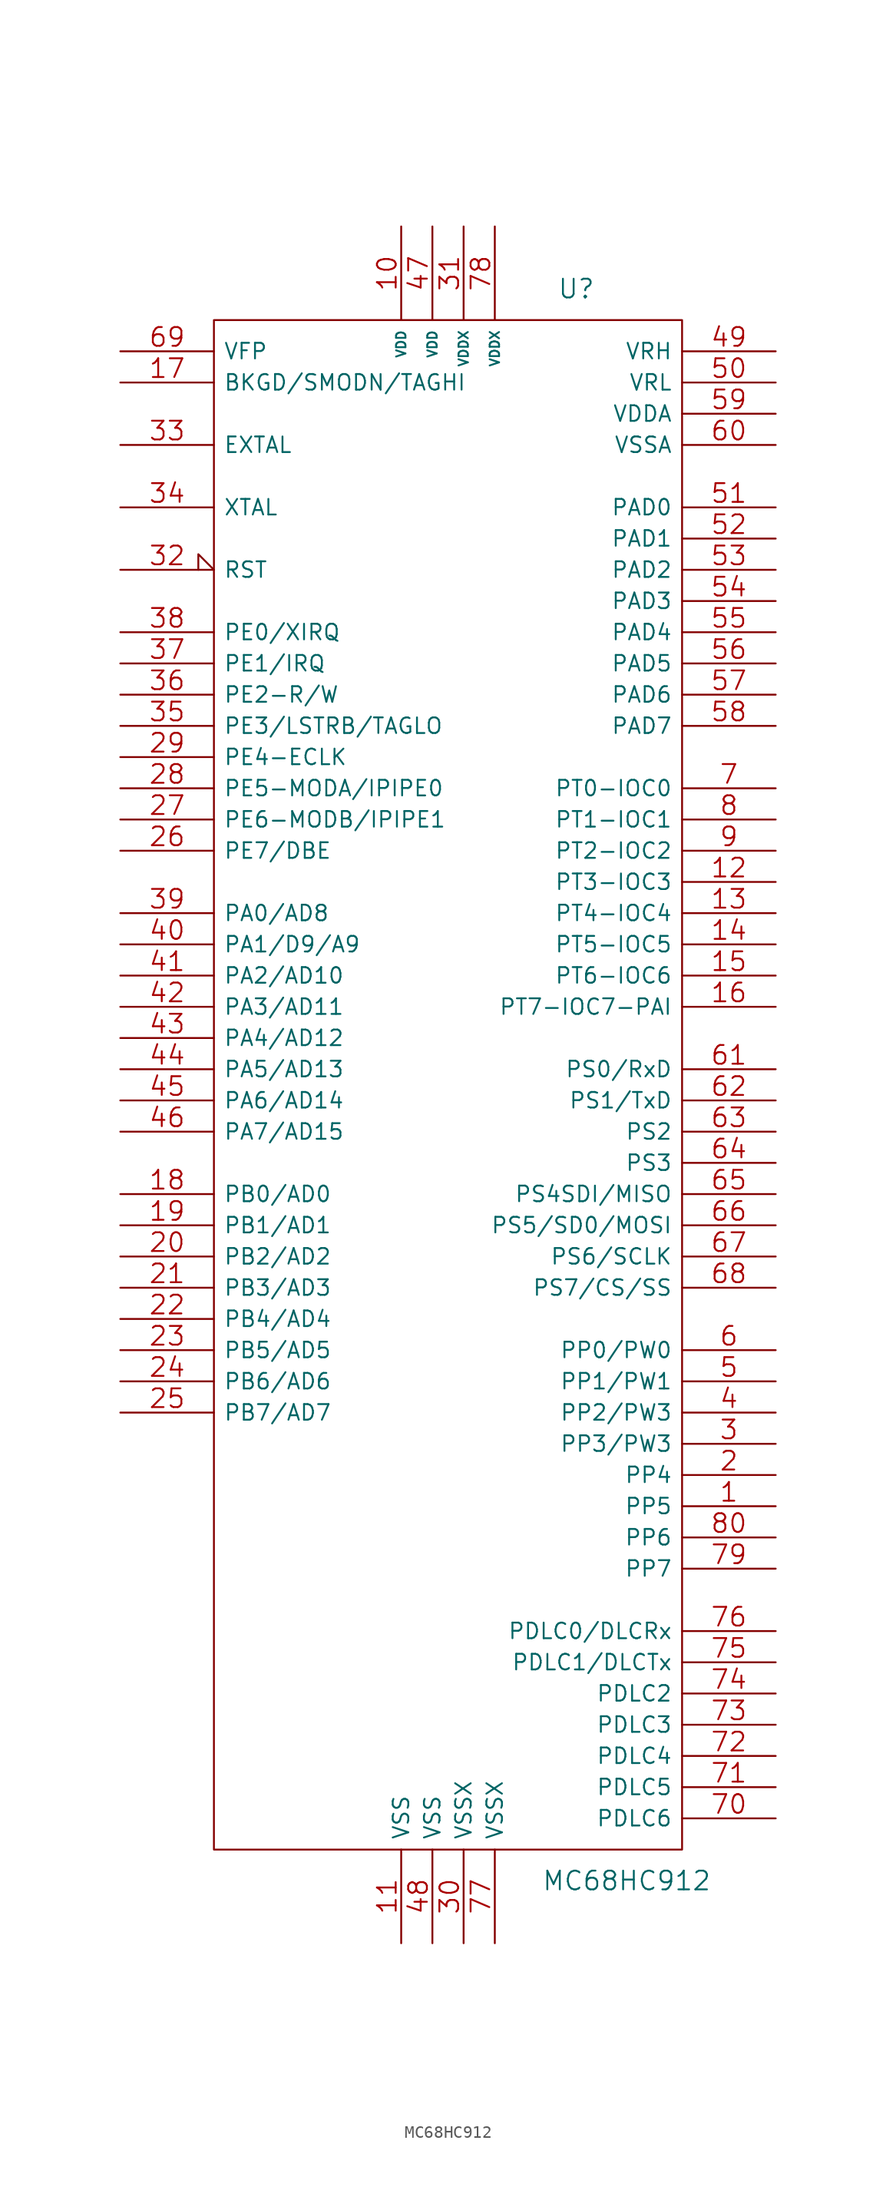
<source format=kicad_sym>
(kicad_symbol_lib
  (version 20211014)
  (generator kicad_symbol_editor)
  (symbol "MC68HC912"
    (pin_names
      (offset 0.762))
    (property "Reference" "U"
      (at 8.89 64.77 0)
      (effects (font (size 1.524 1.524)) (justify left)))
    (property "Value" "MC68HC912"
      (at 7.62 -64.77 0)
      (effects (font (size 1.524 1.524)) (justify left)))
    (property "Footprint" ""
      (at 0 0 0)
      (effects (font (size 1.524 1.524))))
    (property "Datasheet" ""
      (at 0 0 0)
      (effects (font (size 1.524 1.524))))
    (symbol "MC68HC912_0_1"
      (rectangle (start -19.05 -62.23) (end 19.05 62.23) (stroke (width 0) (type default) (color 0 0 0 0)) (fill (type none))))
    (symbol "MC68HC912_1_1"
      (pin bidirectional line (at 26.67 -34.29 180) (length 7.62) (name "PP5" (effects (font (size 1.27 1.27)))) (number "1" (effects (font (size 1.524 1.524)))))
      (pin power_in line (at -3.81 69.85 270) (length 7.62) (name "VDD" (effects (font (size 0.762 0.762)))) (number "10" (effects (font (size 1.524 1.524)))))
      (pin power_in line (at -3.81 -69.85 90) (length 7.62) (name "VSS" (effects (font (size 1.27 1.27)))) (number "11" (effects (font (size 1.524 1.524)))))
      (pin bidirectional line (at 26.67 16.51 180) (length 7.62) (name "PT3-IOC3" (effects (font (size 1.27 1.27)))) (number "12" (effects (font (size 1.524 1.524)))))
      (pin bidirectional line (at 26.67 13.97 180) (length 7.62) (name "PT4-IOC4" (effects (font (size 1.27 1.27)))) (number "13" (effects (font (size 1.524 1.524)))))
      (pin bidirectional line (at 26.67 11.43 180) (length 7.62) (name "PT5-IOC5" (effects (font (size 1.27 1.27)))) (number "14" (effects (font (size 1.524 1.524)))))
      (pin bidirectional line (at 26.67 8.89 180) (length 7.62) (name "PT6-IOC6" (effects (font (size 1.27 1.27)))) (number "15" (effects (font (size 1.524 1.524)))))
      (pin bidirectional line (at 26.67 6.35 180) (length 7.62) (name "PT7-IOC7-PAI" (effects (font (size 1.27 1.27)))) (number "16" (effects (font (size 1.524 1.524)))))
      (pin bidirectional line (at -26.67 57.15 0) (length 7.62) (name "BKGD/SMODN/TAGHI" (effects (font (size 1.27 1.27)))) (number "17" (effects (font (size 1.524 1.524)))))
      (pin bidirectional line (at -26.67 -8.89 0) (length 7.62) (name "PB0/AD0" (effects (font (size 1.27 1.27)))) (number "18" (effects (font (size 1.524 1.524)))))
      (pin bidirectional line (at -26.67 -11.43 0) (length 7.62) (name "PB1/AD1" (effects (font (size 1.27 1.27)))) (number "19" (effects (font (size 1.524 1.524)))))
      (pin bidirectional line (at 26.67 -31.75 180) (length 7.62) (name "PP4" (effects (font (size 1.27 1.27)))) (number "2" (effects (font (size 1.524 1.524)))))
      (pin bidirectional line (at -26.67 -13.97 0) (length 7.62) (name "PB2/AD2" (effects (font (size 1.27 1.27)))) (number "20" (effects (font (size 1.524 1.524)))))
      (pin bidirectional line (at -26.67 -16.51 0) (length 7.62) (name "PB3/AD3" (effects (font (size 1.27 1.27)))) (number "21" (effects (font (size 1.524 1.524)))))
      (pin bidirectional line (at -26.67 -19.05 0) (length 7.62) (name "PB4/AD4" (effects (font (size 1.27 1.27)))) (number "22" (effects (font (size 1.524 1.524)))))
      (pin bidirectional line (at -26.67 -21.59 0) (length 7.62) (name "PB5/AD5" (effects (font (size 1.27 1.27)))) (number "23" (effects (font (size 1.524 1.524)))))
      (pin bidirectional line (at -26.67 -24.13 0) (length 7.62) (name "PB6/AD6" (effects (font (size 1.27 1.27)))) (number "24" (effects (font (size 1.524 1.524)))))
      (pin bidirectional line (at -26.67 -26.67 0) (length 7.62) (name "PB7/AD7" (effects (font (size 1.27 1.27)))) (number "25" (effects (font (size 1.524 1.524)))))
      (pin bidirectional line (at -26.67 19.05 0) (length 7.62) (name "PE7/DBE" (effects (font (size 1.27 1.27)))) (number "26" (effects (font (size 1.524 1.524)))))
      (pin bidirectional line (at -26.67 21.59 0) (length 7.62) (name "PE6-MODB/IPIPE1" (effects (font (size 1.27 1.27)))) (number "27" (effects (font (size 1.524 1.524)))))
      (pin bidirectional line (at -26.67 24.13 0) (length 7.62) (name "PE5-MODA/IPIPE0" (effects (font (size 1.27 1.27)))) (number "28" (effects (font (size 1.524 1.524)))))
      (pin bidirectional line (at -26.67 26.67 0) (length 7.62) (name "PE4-ECLK" (effects (font (size 1.27 1.27)))) (number "29" (effects (font (size 1.524 1.524)))))
      (pin bidirectional line (at 26.67 -29.21 180) (length 7.62) (name "PP3/PW3" (effects (font (size 1.27 1.27)))) (number "3" (effects (font (size 1.524 1.524)))))
      (pin power_in line (at 1.27 -69.85 90) (length 7.62) (name "VSSX" (effects (font (size 1.27 1.27)))) (number "30" (effects (font (size 1.524 1.524)))))
      (pin power_in line (at 1.27 69.85 270) (length 7.62) (name "VDDX" (effects (font (size 0.762 0.762)))) (number "31" (effects (font (size 1.524 1.524)))))
      (pin bidirectional input_low (at -26.67 41.91 0) (length 7.62) (name "RST" (effects (font (size 1.27 1.27)))) (number "32" (effects (font (size 1.524 1.524)))))
      (pin input line (at -26.67 52.07 0) (length 7.62) (name "EXTAL" (effects (font (size 1.27 1.27)))) (number "33" (effects (font (size 1.524 1.524)))))
      (pin output line (at -26.67 46.99 0) (length 7.62) (name "XTAL" (effects (font (size 1.27 1.27)))) (number "34" (effects (font (size 1.524 1.524)))))
      (pin bidirectional line (at -26.67 29.21 0) (length 7.62) (name "PE3/LSTRB/TAGLO" (effects (font (size 1.27 1.27)))) (number "35" (effects (font (size 1.524 1.524)))))
      (pin bidirectional line (at -26.67 31.75 0) (length 7.62) (name "PE2-R/W" (effects (font (size 1.27 1.27)))) (number "36" (effects (font (size 1.524 1.524)))))
      (pin input line (at -26.67 34.29 0) (length 7.62) (name "PE1/IRQ" (effects (font (size 1.27 1.27)))) (number "37" (effects (font (size 1.524 1.524)))))
      (pin input line (at -26.67 36.83 0) (length 7.62) (name "PE0/XIRQ" (effects (font (size 1.27 1.27)))) (number "38" (effects (font (size 1.524 1.524)))))
      (pin bidirectional line (at -26.67 13.97 0) (length 7.62) (name "PA0/AD8" (effects (font (size 1.27 1.27)))) (number "39" (effects (font (size 1.524 1.524)))))
      (pin bidirectional line (at 26.67 -26.67 180) (length 7.62) (name "PP2/PW3" (effects (font (size 1.27 1.27)))) (number "4" (effects (font (size 1.524 1.524)))))
      (pin bidirectional line (at -26.67 11.43 0) (length 7.62) (name "PA1/D9/A9" (effects (font (size 1.27 1.27)))) (number "40" (effects (font (size 1.524 1.524)))))
      (pin bidirectional line (at -26.67 8.89 0) (length 7.62) (name "PA2/AD10" (effects (font (size 1.27 1.27)))) (number "41" (effects (font (size 1.524 1.524)))))
      (pin bidirectional line (at -26.67 6.35 0) (length 7.62) (name "PA3/AD11" (effects (font (size 1.27 1.27)))) (number "42" (effects (font (size 1.524 1.524)))))
      (pin bidirectional line (at -26.67 3.81 0) (length 7.62) (name "PA4/AD12" (effects (font (size 1.27 1.27)))) (number "43" (effects (font (size 1.524 1.524)))))
      (pin bidirectional line (at -26.67 1.27 0) (length 7.62) (name "PA5/AD13" (effects (font (size 1.27 1.27)))) (number "44" (effects (font (size 1.524 1.524)))))
      (pin bidirectional line (at -26.67 -1.27 0) (length 7.62) (name "PA6/AD14" (effects (font (size 1.27 1.27)))) (number "45" (effects (font (size 1.524 1.524)))))
      (pin bidirectional line (at -26.67 -3.81 0) (length 7.62) (name "PA7/AD15" (effects (font (size 1.27 1.27)))) (number "46" (effects (font (size 1.524 1.524)))))
      (pin power_in line (at -1.27 69.85 270) (length 7.62) (name "VDD" (effects (font (size 0.762 0.762)))) (number "47" (effects (font (size 1.524 1.524)))))
      (pin power_in line (at -1.27 -69.85 90) (length 7.62) (name "VSS" (effects (font (size 1.27 1.27)))) (number "48" (effects (font (size 1.524 1.524)))))
      (pin input line (at 26.67 59.69 180) (length 7.62) (name "VRH" (effects (font (size 1.27 1.27)))) (number "49" (effects (font (size 1.524 1.524)))))
      (pin bidirectional line (at 26.67 -24.13 180) (length 7.62) (name "PP1/PW1" (effects (font (size 1.27 1.27)))) (number "5" (effects (font (size 1.524 1.524)))))
      (pin input line (at 26.67 57.15 180) (length 7.62) (name "VRL" (effects (font (size 1.27 1.27)))) (number "50" (effects (font (size 1.524 1.524)))))
      (pin input line (at 26.67 46.99 180) (length 7.62) (name "PAD0" (effects (font (size 1.27 1.27)))) (number "51" (effects (font (size 1.524 1.524)))))
      (pin input line (at 26.67 44.45 180) (length 7.62) (name "PAD1" (effects (font (size 1.27 1.27)))) (number "52" (effects (font (size 1.524 1.524)))))
      (pin input line (at 26.67 41.91 180) (length 7.62) (name "PAD2" (effects (font (size 1.27 1.27)))) (number "53" (effects (font (size 1.524 1.524)))))
      (pin input line (at 26.67 39.37 180) (length 7.62) (name "PAD3" (effects (font (size 1.27 1.27)))) (number "54" (effects (font (size 1.524 1.524)))))
      (pin input line (at 26.67 36.83 180) (length 7.62) (name "PAD4" (effects (font (size 1.27 1.27)))) (number "55" (effects (font (size 1.524 1.524)))))
      (pin input line (at 26.67 34.29 180) (length 7.62) (name "PAD5" (effects (font (size 1.27 1.27)))) (number "56" (effects (font (size 1.524 1.524)))))
      (pin input line (at 26.67 31.75 180) (length 7.62) (name "PAD6" (effects (font (size 1.27 1.27)))) (number "57" (effects (font (size 1.524 1.524)))))
      (pin input line (at 26.67 29.21 180) (length 7.62) (name "PAD7" (effects (font (size 1.27 1.27)))) (number "58" (effects (font (size 1.524 1.524)))))
      (pin input line (at 26.67 54.61 180) (length 7.62) (name "VDDA" (effects (font (size 1.27 1.27)))) (number "59" (effects (font (size 1.524 1.524)))))
      (pin bidirectional line (at 26.67 -21.59 180) (length 7.62) (name "PP0/PW0" (effects (font (size 1.27 1.27)))) (number "6" (effects (font (size 1.524 1.524)))))
      (pin input line (at 26.67 52.07 180) (length 7.62) (name "VSSA" (effects (font (size 1.27 1.27)))) (number "60" (effects (font (size 1.524 1.524)))))
      (pin bidirectional line (at 26.67 1.27 180) (length 7.62) (name "PS0/RxD" (effects (font (size 1.27 1.27)))) (number "61" (effects (font (size 1.524 1.524)))))
      (pin bidirectional line (at 26.67 -1.27 180) (length 7.62) (name "PS1/TxD" (effects (font (size 1.27 1.27)))) (number "62" (effects (font (size 1.524 1.524)))))
      (pin bidirectional line (at 26.67 -3.81 180) (length 7.62) (name "PS2" (effects (font (size 1.27 1.27)))) (number "63" (effects (font (size 1.524 1.524)))))
      (pin bidirectional line (at 26.67 -6.35 180) (length 7.62) (name "PS3" (effects (font (size 1.27 1.27)))) (number "64" (effects (font (size 1.524 1.524)))))
      (pin bidirectional line (at 26.67 -8.89 180) (length 7.62) (name "PS4SDI/MISO" (effects (font (size 1.27 1.27)))) (number "65" (effects (font (size 1.524 1.524)))))
      (pin bidirectional line (at 26.67 -11.43 180) (length 7.62) (name "PS5/SD0/MOSI" (effects (font (size 1.27 1.27)))) (number "66" (effects (font (size 1.524 1.524)))))
      (pin bidirectional line (at 26.67 -13.97 180) (length 7.62) (name "PS6/SCLK" (effects (font (size 1.27 1.27)))) (number "67" (effects (font (size 1.524 1.524)))))
      (pin bidirectional line (at 26.67 -16.51 180) (length 7.62) (name "PS7/CS/SS" (effects (font (size 1.27 1.27)))) (number "68" (effects (font (size 1.524 1.524)))))
      (pin input line (at -26.67 59.69 0) (length 7.62) (name "VFP" (effects (font (size 1.27 1.27)))) (number "69" (effects (font (size 1.524 1.524)))))
      (pin bidirectional line (at 26.67 24.13 180) (length 7.62) (name "PT0-IOC0" (effects (font (size 1.27 1.27)))) (number "7" (effects (font (size 1.524 1.524)))))
      (pin bidirectional line (at 26.67 -59.69 180) (length 7.62) (name "PDLC6" (effects (font (size 1.27 1.27)))) (number "70" (effects (font (size 1.524 1.524)))))
      (pin bidirectional line (at 26.67 -57.15 180) (length 7.62) (name "PDLC5" (effects (font (size 1.27 1.27)))) (number "71" (effects (font (size 1.524 1.524)))))
      (pin bidirectional line (at 26.67 -54.61 180) (length 7.62) (name "PDLC4" (effects (font (size 1.27 1.27)))) (number "72" (effects (font (size 1.524 1.524)))))
      (pin bidirectional line (at 26.67 -52.07 180) (length 7.62) (name "PDLC3" (effects (font (size 1.27 1.27)))) (number "73" (effects (font (size 1.524 1.524)))))
      (pin bidirectional line (at 26.67 -49.53 180) (length 7.62) (name "PDLC2" (effects (font (size 1.27 1.27)))) (number "74" (effects (font (size 1.524 1.524)))))
      (pin bidirectional line (at 26.67 -46.99 180) (length 7.62) (name "PDLC1/DLCTx" (effects (font (size 1.27 1.27)))) (number "75" (effects (font (size 1.524 1.524)))))
      (pin bidirectional line (at 26.67 -44.45 180) (length 7.62) (name "PDLC0/DLCRx" (effects (font (size 1.27 1.27)))) (number "76" (effects (font (size 1.524 1.524)))))
      (pin power_in line (at 3.81 -69.85 90) (length 7.62) (name "VSSX" (effects (font (size 1.27 1.27)))) (number "77" (effects (font (size 1.524 1.524)))))
      (pin power_in line (at 3.81 69.85 270) (length 7.62) (name "VDDX" (effects (font (size 0.762 0.762)))) (number "78" (effects (font (size 1.524 1.524)))))
      (pin bidirectional line (at 26.67 -39.37 180) (length 7.62) (name "PP7" (effects (font (size 1.27 1.27)))) (number "79" (effects (font (size 1.524 1.524)))))
      (pin bidirectional line (at 26.67 21.59 180) (length 7.62) (name "PT1-IOC1" (effects (font (size 1.27 1.27)))) (number "8" (effects (font (size 1.524 1.524)))))
      (pin bidirectional line (at 26.67 -36.83 180) (length 7.62) (name "PP6" (effects (font (size 1.27 1.27)))) (number "80" (effects (font (size 1.524 1.524)))))
      (pin bidirectional line (at 26.67 19.05 180) (length 7.62) (name "PT2-IOC2" (effects (font (size 1.27 1.27)))) (number "9" (effects (font (size 1.524 1.524))))))))
</source>
